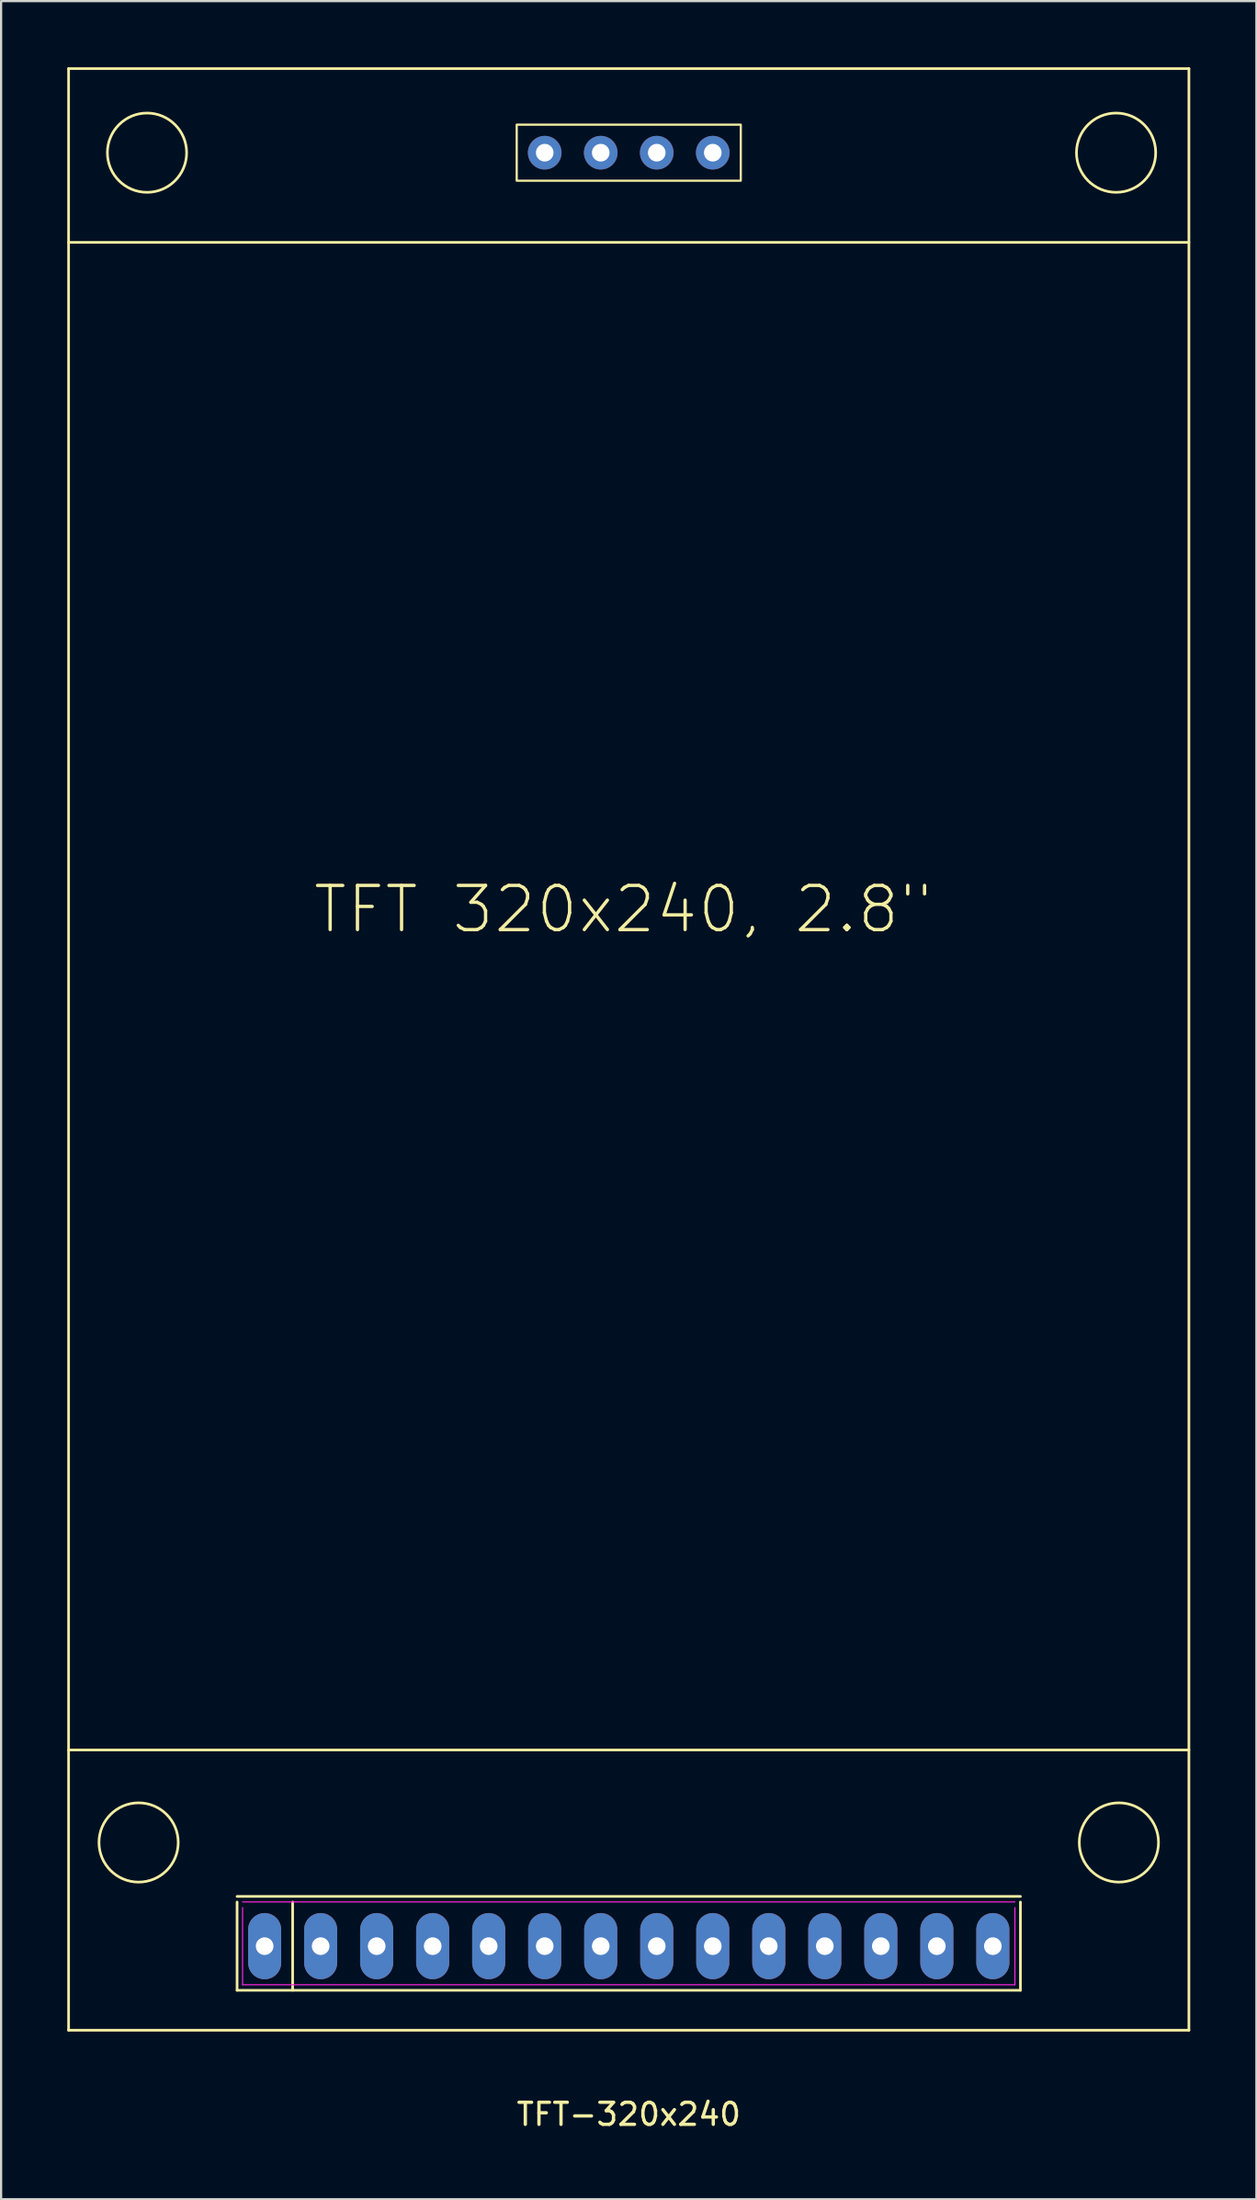
<source format=kicad_pcb>
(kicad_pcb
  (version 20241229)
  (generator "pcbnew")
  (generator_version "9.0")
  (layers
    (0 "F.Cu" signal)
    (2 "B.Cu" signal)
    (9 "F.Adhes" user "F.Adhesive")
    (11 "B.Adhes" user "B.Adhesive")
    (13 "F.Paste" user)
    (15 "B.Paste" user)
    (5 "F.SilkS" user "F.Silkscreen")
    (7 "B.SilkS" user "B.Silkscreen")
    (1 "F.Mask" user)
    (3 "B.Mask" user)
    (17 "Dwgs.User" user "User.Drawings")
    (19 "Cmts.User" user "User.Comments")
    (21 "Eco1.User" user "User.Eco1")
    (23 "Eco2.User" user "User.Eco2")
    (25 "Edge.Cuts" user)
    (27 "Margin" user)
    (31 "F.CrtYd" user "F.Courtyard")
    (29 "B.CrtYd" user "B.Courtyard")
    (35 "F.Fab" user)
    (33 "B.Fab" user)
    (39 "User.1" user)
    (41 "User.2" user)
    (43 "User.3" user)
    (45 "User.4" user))
  (footprint "TFT-320x240"
    (layer "F.Cu")
    (at 25.46 85.15)
    (property "Reference" "TFT-320x240" (at 0 7.62 0) (layer "F.SilkS") (effects (font (size 1 1) (thickness 0.15))))
    (attr through_hole)
    (fp_line (start -25.4 -85.09) (end -25.4 3.81) (stroke (width 0.12) (type solid)) (layer "F.SilkS"))
    (fp_line (start -25.4 -77.216) (end 25.4 -77.216) (stroke (width 0.12) (type solid)) (layer "F.SilkS"))
    (fp_line (start -25.4 -8.89) (end 25.4 -8.89) (stroke (width 0.12) (type solid)) (layer "F.SilkS"))
    (fp_line (start -25.4 3.81) (end 25.4 3.81) (stroke (width 0.12) (type solid)) (layer "F.SilkS"))
    (fp_line (start -17.76 -2.254) (end 17.76 -2.254) (stroke (width 0.12) (type solid)) (layer "F.SilkS"))
    (fp_line (start -17.76 2) (end -17.76 -2) (stroke (width 0.12) (type solid)) (layer "F.SilkS"))
    (fp_line (start -15.24 -2) (end -15.24 2) (stroke (width 0.12) (type solid)) (layer "F.SilkS"))
    (fp_line (start 17.76 -2) (end 17.76 2) (stroke (width 0.12) (type solid)) (layer "F.SilkS"))
    (fp_line (start 17.76 2) (end -17.76 2) (stroke (width 0.12) (type solid)) (layer "F.SilkS"))
    (fp_line (start 25.4 -85.09) (end -25.4 -85.09) (stroke (width 0.12) (type solid)) (layer "F.SilkS"))
    (fp_line (start 25.4 3.81) (end 25.4 -85.09) (stroke (width 0.12) (type solid)) (layer "F.SilkS"))
    (fp_rect (start -5.08 -82.55) (end 5.08 -80.01) (stroke (width 0.1) (type default)) (fill no) (layer "F.SilkS"))
    (fp_circle (center -22.225 -4.699) (end -23.495 -3.429) (stroke (width 0.12) (type solid)) (fill no) (layer "F.SilkS"))
    (fp_circle (center -21.844 -81.28) (end -23.114 -82.55) (stroke (width 0.12) (type solid)) (fill no) (layer "F.SilkS"))
    (fp_circle (center 22.098 -81.28) (end 20.828 -80.01) (stroke (width 0.12) (type solid)) (fill no) (layer "F.SilkS"))
    (fp_circle (center 22.225 -4.699) (end 20.955 -3.429) (stroke (width 0.12) (type solid)) (fill no) (layer "F.SilkS"))
    (fp_line (start -17.51 -2.004) (end 17.51 -2.004) (stroke (width 0.05) (type solid)) (layer "F.CrtYd"))
    (fp_line (start -17.51 1.75) (end -17.51 -1.75) (stroke (width 0.05) (type solid)) (layer "F.CrtYd"))
    (fp_line (start 17.51 -1.75) (end 17.51 1.75) (stroke (width 0.05) (type solid)) (layer "F.CrtYd"))
    (fp_line (start 17.51 1.75) (end -17.51 1.75) (stroke (width 0.05) (type solid)) (layer "F.CrtYd"))
    (fp_text user "TFT 320x240, 2.8\"" (at -0.254 -46.99 0) (layer "F.SilkS") (effects (font (size 2 2) (thickness 0.15))))
    (pad "1" thru_hole oval (at -16.51 0) (size 1.5 3) (drill 0.8) (layers "*.Cu" "*.Mask"))
    (pad "2" thru_hole oval (at -13.97 0) (size 1.5 3) (drill 0.8) (layers "*.Cu" "*.Mask"))
    (pad "3" thru_hole oval (at -11.43 0) (size 1.5 3) (drill 0.8) (layers "*.Cu" "*.Mask"))
    (pad "4" thru_hole oval (at -8.89 0) (size 1.5 3) (drill 0.8) (layers "*.Cu" "*.Mask"))
    (pad "5" thru_hole oval (at -6.35 0) (size 1.5 3) (drill 0.8) (layers "*.Cu" "*.Mask"))
    (pad "6" thru_hole oval (at -3.81 0) (size 1.5 3) (drill 0.8) (layers "*.Cu" "*.Mask"))
    (pad "7" thru_hole oval (at -1.27 0) (size 1.5 3) (drill 0.8) (layers "*.Cu" "*.Mask"))
    (pad "8" thru_hole oval (at 1.27 0) (size 1.5 3) (drill 0.8) (layers "*.Cu" "*.Mask"))
    (pad "9" thru_hole oval (at 3.81 0) (size 1.5 3) (drill 0.8) (layers "*.Cu" "*.Mask"))
    (pad "10" thru_hole oval (at 6.35 0) (size 1.5 3) (drill 0.8) (layers "*.Cu" "*.Mask"))
    (pad "11" thru_hole oval (at 8.89 0) (size 1.5 3) (drill 0.8) (layers "*.Cu" "*.Mask"))
    (pad "12" thru_hole oval (at 11.43 0) (size 1.5 3) (drill 0.8) (layers "*.Cu" "*.Mask"))
    (pad "13" thru_hole oval (at 13.97 0) (size 1.5 3) (drill 0.8) (layers "*.Cu" "*.Mask"))
    (pad "14" thru_hole oval (at 16.51 0) (size 1.5 3) (drill 0.8) (layers "*.Cu" "*.Mask"))
    (pad "15" thru_hole circle (at -3.81 -81.28) (size 1.524 1.524) (drill 0.8) (layers "*.Cu" "*.Mask"))
    (pad "16" thru_hole circle (at -1.27 -81.28) (size 1.524 1.524) (drill 0.8) (layers "*.Cu" "*.Mask"))
    (pad "17" thru_hole circle (at 1.27 -81.28) (size 1.524 1.524) (drill 0.8) (layers "*.Cu" "*.Mask"))
    (pad "18" thru_hole circle (at 3.81 -81.28) (size 1.524 1.524) (drill 0.8) (layers "*.Cu" "*.Mask")))
  (gr_rect
    (start -3 -3)
    (end 53.92 96.618)
    (stroke (width 0.1) (type default))
    (fill no)
    (layer "Edge.Cuts")))
</source>
